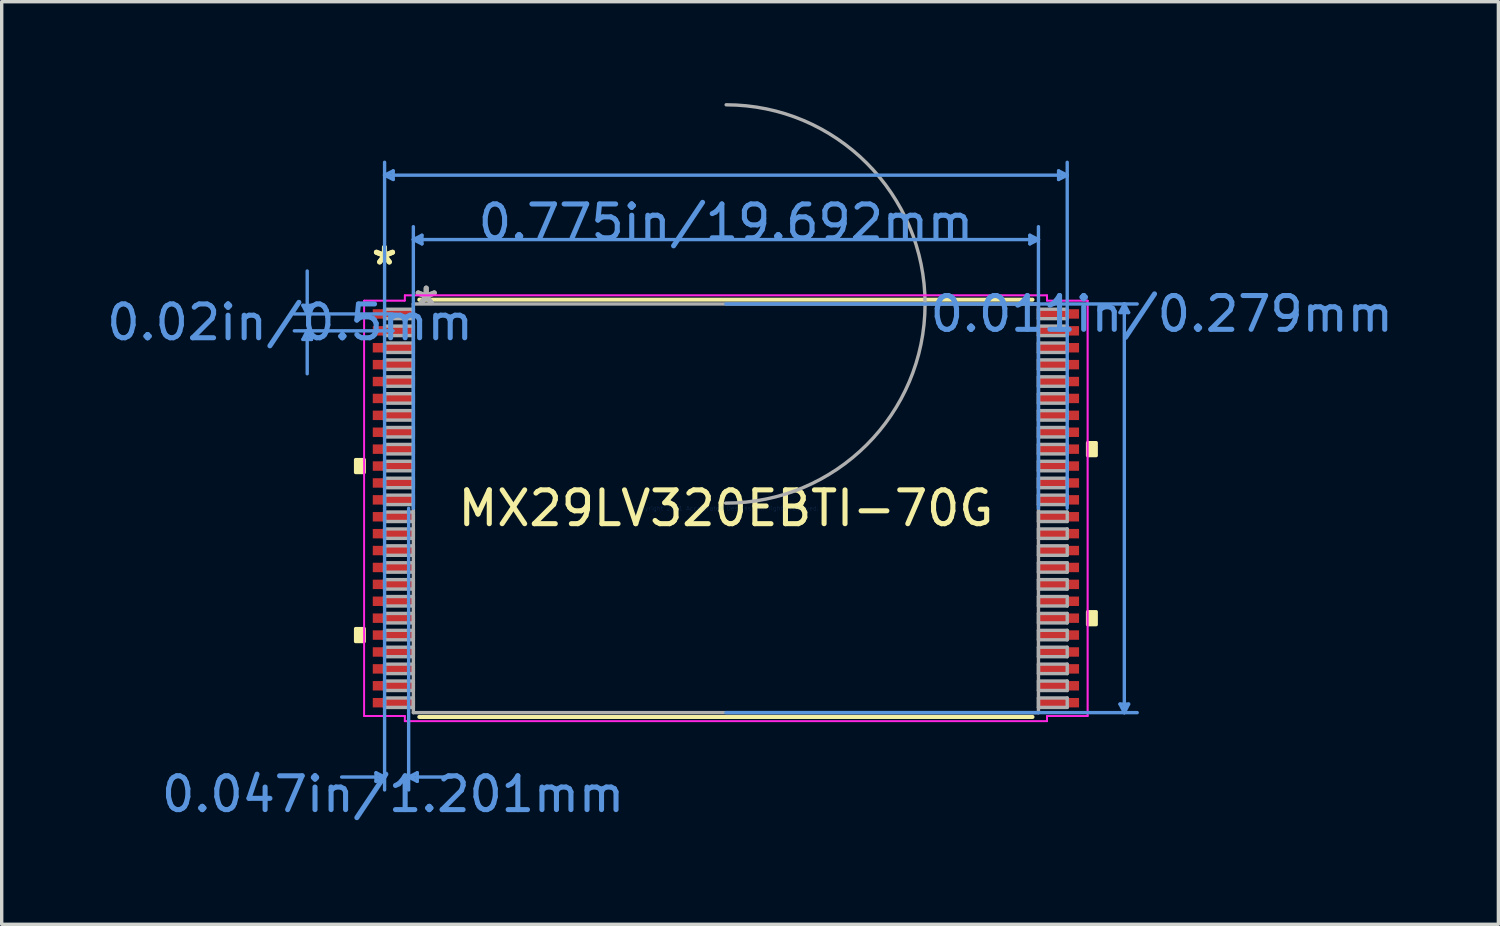
<source format=kicad_pcb>
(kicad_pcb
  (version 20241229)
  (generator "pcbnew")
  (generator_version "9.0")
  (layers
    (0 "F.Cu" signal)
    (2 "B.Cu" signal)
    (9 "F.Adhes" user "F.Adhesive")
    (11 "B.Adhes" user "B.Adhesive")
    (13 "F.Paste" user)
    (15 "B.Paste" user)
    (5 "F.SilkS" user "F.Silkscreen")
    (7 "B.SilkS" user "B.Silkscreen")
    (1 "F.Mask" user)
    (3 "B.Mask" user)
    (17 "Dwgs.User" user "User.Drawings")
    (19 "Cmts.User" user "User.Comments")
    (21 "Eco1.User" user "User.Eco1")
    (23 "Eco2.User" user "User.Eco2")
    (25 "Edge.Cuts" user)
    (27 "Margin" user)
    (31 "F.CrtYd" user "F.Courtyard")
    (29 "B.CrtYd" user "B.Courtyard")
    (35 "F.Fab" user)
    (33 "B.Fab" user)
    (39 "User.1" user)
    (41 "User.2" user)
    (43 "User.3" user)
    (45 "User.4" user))
  (footprint "MX29LV320EBTI-70G"
    (layer "F.Cu")
    (at 18.424 11.987)
    (property "Reference" "MX29LV320EBTI-70G" (at 0 0 0) (layer "F.SilkS") (effects (font (size 1 1) (thickness 0.15))))
    (attr through_hole)
    (fp_line (start -9.07 6.172) (end 9.07 6.172) (stroke (width 0.12) (type solid)) (layer "F.SilkS"))
    (fp_line (start 9.07 -6.172) (end -9.07 -6.172) (stroke (width 0.12) (type solid)) (layer "F.SilkS"))
    (fp_poly (pts (xy -10.954 -1.44) (xy -10.954 -1.06) (xy -10.7 -1.06) (xy -10.7 -1.44)) (stroke (width 0.1) (type solid)) (fill yes) (layer "F.SilkS"))
    (fp_poly (pts (xy -10.954 3.559) (xy -10.954 3.941) (xy -10.7 3.941) (xy -10.7 3.559)) (stroke (width 0.1) (type solid)) (fill yes) (layer "F.SilkS"))
    (fp_poly (pts (xy 10.954 -1.941) (xy 10.954 -1.56) (xy 10.7 -1.56) (xy 10.7 -1.941)) (stroke (width 0.1) (type solid)) (fill yes) (layer "F.SilkS"))
    (fp_poly (pts (xy 10.954 3.06) (xy 10.954 3.441) (xy 10.7 3.441) (xy 10.7 3.06)) (stroke (width 0.1) (type solid)) (fill yes) (layer "F.SilkS"))
    (fp_line (start -12.513 -6.004) (end -12.259 -6.004) (stroke (width 0.1) (type solid)) (layer "Cmts.User"))
    (fp_line (start -12.513 -4.996) (end -12.259 -4.996) (stroke (width 0.1) (type solid)) (layer "Cmts.User"))
    (fp_line (start -12.386 -5.75) (end -12.513 -6.004) (stroke (width 0.1) (type solid)) (layer "Cmts.User"))
    (fp_line (start -12.386 -5.75) (end -12.386 -7.02) (stroke (width 0.1) (type solid)) (layer "Cmts.User"))
    (fp_line (start -12.386 -5.75) (end -12.259 -6.004) (stroke (width 0.1) (type solid)) (layer "Cmts.User"))
    (fp_line (start -12.386 -5.25) (end -12.513 -4.996) (stroke (width 0.1) (type solid)) (layer "Cmts.User"))
    (fp_line (start -12.386 -5.25) (end -12.386 -3.98) (stroke (width 0.1) (type solid)) (layer "Cmts.User"))
    (fp_line (start -12.386 -5.25) (end -12.259 -4.996) (stroke (width 0.1) (type solid)) (layer "Cmts.User"))
    (fp_line (start -10.351 7.823) (end -10.351 8.077) (stroke (width 0.1) (type solid)) (layer "Cmts.User"))
    (fp_line (start -10.097 -9.855) (end -9.842 -9.982) (stroke (width 0.1) (type solid)) (layer "Cmts.User"))
    (fp_line (start -10.097 -9.855) (end -9.842 -9.728) (stroke (width 0.1) (type solid)) (layer "Cmts.User"))
    (fp_line (start -10.097 -9.855) (end 10.097 -9.855) (stroke (width 0.1) (type solid)) (layer "Cmts.User"))
    (fp_line (start -10.097 0) (end -10.097 -10.236) (stroke (width 0.1) (type solid)) (layer "Cmts.User"))
    (fp_line (start -10.097 0) (end -10.097 8.331) (stroke (width 0.1) (type solid)) (layer "Cmts.User"))
    (fp_line (start -10.097 7.95) (end -11.367 7.95) (stroke (width 0.1) (type solid)) (layer "Cmts.User"))
    (fp_line (start -10.097 7.95) (end -10.351 7.823) (stroke (width 0.1) (type solid)) (layer "Cmts.User"))
    (fp_line (start -10.097 7.95) (end -10.351 8.077) (stroke (width 0.1) (type solid)) (layer "Cmts.User"))
    (fp_line (start -9.846 -5.75) (end -12.767 -5.75) (stroke (width 0.1) (type solid)) (layer "Cmts.User"))
    (fp_line (start -9.846 -5.25) (end -12.767 -5.25) (stroke (width 0.1) (type solid)) (layer "Cmts.User"))
    (fp_line (start -9.842 -9.982) (end -9.842 -9.728) (stroke (width 0.1) (type solid)) (layer "Cmts.User"))
    (fp_line (start -9.385 0) (end -9.385 8.331) (stroke (width 0.1) (type solid)) (layer "Cmts.User"))
    (fp_line (start -9.385 7.95) (end -9.131 7.823) (stroke (width 0.1) (type solid)) (layer "Cmts.User"))
    (fp_line (start -9.385 7.95) (end -9.131 8.077) (stroke (width 0.1) (type solid)) (layer "Cmts.User"))
    (fp_line (start -9.385 7.95) (end -8.115 7.95) (stroke (width 0.1) (type solid)) (layer "Cmts.User"))
    (fp_line (start -9.246 -7.95) (end -8.992 -8.077) (stroke (width 0.1) (type solid)) (layer "Cmts.User"))
    (fp_line (start -9.246 -7.95) (end -8.992 -7.823) (stroke (width 0.1) (type solid)) (layer "Cmts.User"))
    (fp_line (start -9.246 -7.95) (end 9.246 -7.95) (stroke (width 0.1) (type solid)) (layer "Cmts.User"))
    (fp_line (start -9.246 0) (end -9.246 -8.331) (stroke (width 0.1) (type solid)) (layer "Cmts.User"))
    (fp_line (start -9.131 7.823) (end -9.131 8.077) (stroke (width 0.1) (type solid)) (layer "Cmts.User"))
    (fp_line (start -8.992 -8.077) (end -8.992 -7.823) (stroke (width 0.1) (type solid)) (layer "Cmts.User"))
    (fp_line (start 0 -6.045) (end 12.167 -6.045) (stroke (width 0.1) (type solid)) (layer "Cmts.User"))
    (fp_line (start 0 6.045) (end 12.167 6.045) (stroke (width 0.1) (type solid)) (layer "Cmts.User"))
    (fp_line (start 8.992 -8.077) (end 8.992 -7.823) (stroke (width 0.1) (type solid)) (layer "Cmts.User"))
    (fp_line (start 9.246 -7.95) (end 8.992 -8.077) (stroke (width 0.1) (type solid)) (layer "Cmts.User"))
    (fp_line (start 9.246 -7.95) (end 8.992 -7.823) (stroke (width 0.1) (type solid)) (layer "Cmts.User"))
    (fp_line (start 9.246 0) (end 9.246 -8.331) (stroke (width 0.1) (type solid)) (layer "Cmts.User"))
    (fp_line (start 9.842 -9.982) (end 9.842 -9.728) (stroke (width 0.1) (type solid)) (layer "Cmts.User"))
    (fp_line (start 10.097 -9.855) (end 9.842 -9.982) (stroke (width 0.1) (type solid)) (layer "Cmts.User"))
    (fp_line (start 10.097 -9.855) (end 9.842 -9.728) (stroke (width 0.1) (type solid)) (layer "Cmts.User"))
    (fp_line (start 10.097 0) (end 10.097 -10.236) (stroke (width 0.1) (type solid)) (layer "Cmts.User"))
    (fp_line (start 11.659 -5.791) (end 11.913 -5.791) (stroke (width 0.1) (type solid)) (layer "Cmts.User"))
    (fp_line (start 11.659 5.791) (end 11.913 5.791) (stroke (width 0.1) (type solid)) (layer "Cmts.User"))
    (fp_line (start 11.786 -6.045) (end 11.659 -5.791) (stroke (width 0.1) (type solid)) (layer "Cmts.User"))
    (fp_line (start 11.786 -6.045) (end 11.786 6.045) (stroke (width 0.1) (type solid)) (layer "Cmts.User"))
    (fp_line (start 11.786 -6.045) (end 11.913 -5.791) (stroke (width 0.1) (type solid)) (layer "Cmts.User"))
    (fp_line (start 11.786 6.045) (end 11.659 5.791) (stroke (width 0.1) (type solid)) (layer "Cmts.User"))
    (fp_line (start 11.786 6.045) (end 11.913 5.791) (stroke (width 0.1) (type solid)) (layer "Cmts.User"))
    (fp_line (start -10.7 -6.144) (end -9.5 -6.144) (stroke (width 0.05) (type solid)) (layer "F.CrtYd"))
    (fp_line (start -10.7 -6.144) (end -9.5 -6.144) (stroke (width 0.05) (type solid)) (layer "F.CrtYd"))
    (fp_line (start -10.7 6.144) (end -10.7 -6.144) (stroke (width 0.05) (type solid)) (layer "F.CrtYd"))
    (fp_line (start -10.7 6.144) (end -10.7 -6.144) (stroke (width 0.05) (type solid)) (layer "F.CrtYd"))
    (fp_line (start -10.7 6.144) (end -9.5 6.144) (stroke (width 0.05) (type solid)) (layer "F.CrtYd"))
    (fp_line (start -9.5 -6.299) (end 9.5 -6.299) (stroke (width 0.05) (type solid)) (layer "F.CrtYd"))
    (fp_line (start -9.5 -6.299) (end 9.5 -6.299) (stroke (width 0.05) (type solid)) (layer "F.CrtYd"))
    (fp_line (start -9.5 -6.144) (end -9.5 -6.299) (stroke (width 0.05) (type solid)) (layer "F.CrtYd"))
    (fp_line (start -9.5 -6.144) (end -9.5 -6.299) (stroke (width 0.05) (type solid)) (layer "F.CrtYd"))
    (fp_line (start -9.5 6.144) (end -10.7 6.144) (stroke (width 0.05) (type solid)) (layer "F.CrtYd"))
    (fp_line (start -9.5 6.299) (end -9.5 6.144) (stroke (width 0.05) (type solid)) (layer "F.CrtYd"))
    (fp_line (start -9.5 6.299) (end -9.5 6.144) (stroke (width 0.05) (type solid)) (layer "F.CrtYd"))
    (fp_line (start 9.5 -6.299) (end 9.5 -6.144) (stroke (width 0.05) (type solid)) (layer "F.CrtYd"))
    (fp_line (start 9.5 -6.299) (end 9.5 -6.144) (stroke (width 0.05) (type solid)) (layer "F.CrtYd"))
    (fp_line (start 9.5 -6.144) (end 10.7 -6.144) (stroke (width 0.05) (type solid)) (layer "F.CrtYd"))
    (fp_line (start 9.5 6.144) (end 9.5 6.299) (stroke (width 0.05) (type solid)) (layer "F.CrtYd"))
    (fp_line (start 9.5 6.144) (end 9.5 6.299) (stroke (width 0.05) (type solid)) (layer "F.CrtYd"))
    (fp_line (start 9.5 6.299) (end -9.5 6.299) (stroke (width 0.05) (type solid)) (layer "F.CrtYd"))
    (fp_line (start 9.5 6.299) (end -9.5 6.299) (stroke (width 0.05) (type solid)) (layer "F.CrtYd"))
    (fp_line (start 10.7 -6.144) (end 9.5 -6.144) (stroke (width 0.05) (type solid)) (layer "F.CrtYd"))
    (fp_line (start 10.7 -6.144) (end 10.7 6.144) (stroke (width 0.05) (type solid)) (layer "F.CrtYd"))
    (fp_line (start 10.7 -6.144) (end 10.7 6.144) (stroke (width 0.05) (type solid)) (layer "F.CrtYd"))
    (fp_line (start 10.7 6.144) (end 9.5 6.144) (stroke (width 0.05) (type solid)) (layer "F.CrtYd"))
    (fp_line (start 10.7 6.144) (end 9.5 6.144) (stroke (width 0.05) (type solid)) (layer "F.CrtYd"))
    (fp_line (start -10.097 -5.89) (end -10.097 -5.61) (stroke (width 0.1) (type solid)) (layer "F.Fab"))
    (fp_line (start -10.097 -5.61) (end -9.246 -5.61) (stroke (width 0.1) (type solid)) (layer "F.Fab"))
    (fp_line (start -10.097 -5.39) (end -10.097 -5.11) (stroke (width 0.1) (type solid)) (layer "F.Fab"))
    (fp_line (start -10.097 -5.11) (end -9.246 -5.11) (stroke (width 0.1) (type solid)) (layer "F.Fab"))
    (fp_line (start -10.097 -4.89) (end -10.097 -4.61) (stroke (width 0.1) (type solid)) (layer "F.Fab"))
    (fp_line (start -10.097 -4.61) (end -9.246 -4.61) (stroke (width 0.1) (type solid)) (layer "F.Fab"))
    (fp_line (start -10.097 -4.39) (end -10.097 -4.11) (stroke (width 0.1) (type solid)) (layer "F.Fab"))
    (fp_line (start -10.097 -4.11) (end -9.246 -4.11) (stroke (width 0.1) (type solid)) (layer "F.Fab"))
    (fp_line (start -10.097 -3.89) (end -10.097 -3.61) (stroke (width 0.1) (type solid)) (layer "F.Fab"))
    (fp_line (start -10.097 -3.61) (end -9.246 -3.61) (stroke (width 0.1) (type solid)) (layer "F.Fab"))
    (fp_line (start -10.097 -3.39) (end -10.097 -3.11) (stroke (width 0.1) (type solid)) (layer "F.Fab"))
    (fp_line (start -10.097 -3.11) (end -9.246 -3.11) (stroke (width 0.1) (type solid)) (layer "F.Fab"))
    (fp_line (start -10.097 -2.89) (end -10.097 -2.61) (stroke (width 0.1) (type solid)) (layer "F.Fab"))
    (fp_line (start -10.097 -2.61) (end -9.246 -2.61) (stroke (width 0.1) (type solid)) (layer "F.Fab"))
    (fp_line (start -10.097 -2.39) (end -10.097 -2.11) (stroke (width 0.1) (type solid)) (layer "F.Fab"))
    (fp_line (start -10.097 -2.11) (end -9.246 -2.11) (stroke (width 0.1) (type solid)) (layer "F.Fab"))
    (fp_line (start -10.097 -1.89) (end -10.097 -1.61) (stroke (width 0.1) (type solid)) (layer "F.Fab"))
    (fp_line (start -10.097 -1.61) (end -9.246 -1.61) (stroke (width 0.1) (type solid)) (layer "F.Fab"))
    (fp_line (start -10.097 -1.39) (end -10.097 -1.11) (stroke (width 0.1) (type solid)) (layer "F.Fab"))
    (fp_line (start -10.097 -1.11) (end -9.246 -1.11) (stroke (width 0.1) (type solid)) (layer "F.Fab"))
    (fp_line (start -10.097 -0.89) (end -10.097 -0.61) (stroke (width 0.1) (type solid)) (layer "F.Fab"))
    (fp_line (start -10.097 -0.61) (end -9.246 -0.61) (stroke (width 0.1) (type solid)) (layer "F.Fab"))
    (fp_line (start -10.097 -0.39) (end -10.097 -0.11) (stroke (width 0.1) (type solid)) (layer "F.Fab"))
    (fp_line (start -10.097 -0.11) (end -9.246 -0.11) (stroke (width 0.1) (type solid)) (layer "F.Fab"))
    (fp_line (start -10.097 0.11) (end -10.097 0.39) (stroke (width 0.1) (type solid)) (layer "F.Fab"))
    (fp_line (start -10.097 0.39) (end -9.246 0.39) (stroke (width 0.1) (type solid)) (layer "F.Fab"))
    (fp_line (start -10.097 0.61) (end -10.097 0.89) (stroke (width 0.1) (type solid)) (layer "F.Fab"))
    (fp_line (start -10.097 0.89) (end -9.246 0.89) (stroke (width 0.1) (type solid)) (layer "F.Fab"))
    (fp_line (start -10.097 1.11) (end -10.097 1.39) (stroke (width 0.1) (type solid)) (layer "F.Fab"))
    (fp_line (start -10.097 1.39) (end -9.246 1.39) (stroke (width 0.1) (type solid)) (layer "F.Fab"))
    (fp_line (start -10.097 1.61) (end -10.097 1.89) (stroke (width 0.1) (type solid)) (layer "F.Fab"))
    (fp_line (start -10.097 1.89) (end -9.246 1.89) (stroke (width 0.1) (type solid)) (layer "F.Fab"))
    (fp_line (start -10.097 2.11) (end -10.097 2.39) (stroke (width 0.1) (type solid)) (layer "F.Fab"))
    (fp_line (start -10.097 2.39) (end -9.246 2.39) (stroke (width 0.1) (type solid)) (layer "F.Fab"))
    (fp_line (start -10.097 2.61) (end -10.097 2.89) (stroke (width 0.1) (type solid)) (layer "F.Fab"))
    (fp_line (start -10.097 2.89) (end -9.246 2.89) (stroke (width 0.1) (type solid)) (layer "F.Fab"))
    (fp_line (start -10.097 3.11) (end -10.097 3.39) (stroke (width 0.1) (type solid)) (layer "F.Fab"))
    (fp_line (start -10.097 3.39) (end -9.246 3.39) (stroke (width 0.1) (type solid)) (layer "F.Fab"))
    (fp_line (start -10.097 3.61) (end -10.097 3.89) (stroke (width 0.1) (type solid)) (layer "F.Fab"))
    (fp_line (start -10.097 3.89) (end -9.246 3.89) (stroke (width 0.1) (type solid)) (layer "F.Fab"))
    (fp_line (start -10.097 4.11) (end -10.097 4.39) (stroke (width 0.1) (type solid)) (layer "F.Fab"))
    (fp_line (start -10.097 4.39) (end -9.246 4.39) (stroke (width 0.1) (type solid)) (layer "F.Fab"))
    (fp_line (start -10.097 4.61) (end -10.097 4.89) (stroke (width 0.1) (type solid)) (layer "F.Fab"))
    (fp_line (start -10.097 4.89) (end -9.246 4.89) (stroke (width 0.1) (type solid)) (layer "F.Fab"))
    (fp_line (start -10.097 5.11) (end -10.097 5.39) (stroke (width 0.1) (type solid)) (layer "F.Fab"))
    (fp_line (start -10.097 5.39) (end -9.246 5.39) (stroke (width 0.1) (type solid)) (layer "F.Fab"))
    (fp_line (start -10.097 5.61) (end -10.097 5.89) (stroke (width 0.1) (type solid)) (layer "F.Fab"))
    (fp_line (start -10.097 5.89) (end -9.246 5.89) (stroke (width 0.1) (type solid)) (layer "F.Fab"))
    (fp_line (start -9.246 -6.045) (end -9.246 6.045) (stroke (width 0.1) (type solid)) (layer "F.Fab"))
    (fp_line (start -9.246 -5.89) (end -10.097 -5.89) (stroke (width 0.1) (type solid)) (layer "F.Fab"))
    (fp_line (start -9.246 -5.61) (end -9.246 -5.89) (stroke (width 0.1) (type solid)) (layer "F.Fab"))
    (fp_line (start -9.246 -5.39) (end -10.097 -5.39) (stroke (width 0.1) (type solid)) (layer "F.Fab"))
    (fp_line (start -9.246 -5.11) (end -9.246 -5.39) (stroke (width 0.1) (type solid)) (layer "F.Fab"))
    (fp_line (start -9.246 -4.89) (end -10.097 -4.89) (stroke (width 0.1) (type solid)) (layer "F.Fab"))
    (fp_line (start -9.246 -4.61) (end -9.246 -4.89) (stroke (width 0.1) (type solid)) (layer "F.Fab"))
    (fp_line (start -9.246 -4.39) (end -10.097 -4.39) (stroke (width 0.1) (type solid)) (layer "F.Fab"))
    (fp_line (start -9.246 -4.11) (end -9.246 -4.39) (stroke (width 0.1) (type solid)) (layer "F.Fab"))
    (fp_line (start -9.246 -3.89) (end -10.097 -3.89) (stroke (width 0.1) (type solid)) (layer "F.Fab"))
    (fp_line (start -9.246 -3.61) (end -9.246 -3.89) (stroke (width 0.1) (type solid)) (layer "F.Fab"))
    (fp_line (start -9.246 -3.39) (end -10.097 -3.39) (stroke (width 0.1) (type solid)) (layer "F.Fab"))
    (fp_line (start -9.246 -3.11) (end -9.246 -3.39) (stroke (width 0.1) (type solid)) (layer "F.Fab"))
    (fp_line (start -9.246 -2.89) (end -10.097 -2.89) (stroke (width 0.1) (type solid)) (layer "F.Fab"))
    (fp_line (start -9.246 -2.61) (end -9.246 -2.89) (stroke (width 0.1) (type solid)) (layer "F.Fab"))
    (fp_line (start -9.246 -2.39) (end -10.097 -2.39) (stroke (width 0.1) (type solid)) (layer "F.Fab"))
    (fp_line (start -9.246 -2.11) (end -9.246 -2.39) (stroke (width 0.1) (type solid)) (layer "F.Fab"))
    (fp_line (start -9.246 -1.89) (end -10.097 -1.89) (stroke (width 0.1) (type solid)) (layer "F.Fab"))
    (fp_line (start -9.246 -1.61) (end -9.246 -1.89) (stroke (width 0.1) (type solid)) (layer "F.Fab"))
    (fp_line (start -9.246 -1.39) (end -10.097 -1.39) (stroke (width 0.1) (type solid)) (layer "F.Fab"))
    (fp_line (start -9.246 -1.11) (end -9.246 -1.39) (stroke (width 0.1) (type solid)) (layer "F.Fab"))
    (fp_line (start -9.246 -0.89) (end -10.097 -0.89) (stroke (width 0.1) (type solid)) (layer "F.Fab"))
    (fp_line (start -9.246 -0.61) (end -9.246 -0.89) (stroke (width 0.1) (type solid)) (layer "F.Fab"))
    (fp_line (start -9.246 -0.39) (end -10.097 -0.39) (stroke (width 0.1) (type solid)) (layer "F.Fab"))
    (fp_line (start -9.246 -0.11) (end -9.246 -0.39) (stroke (width 0.1) (type solid)) (layer "F.Fab"))
    (fp_line (start -9.246 0.11) (end -10.097 0.11) (stroke (width 0.1) (type solid)) (layer "F.Fab"))
    (fp_line (start -9.246 0.39) (end -9.246 0.11) (stroke (width 0.1) (type solid)) (layer "F.Fab"))
    (fp_line (start -9.246 0.61) (end -10.097 0.61) (stroke (width 0.1) (type solid)) (layer "F.Fab"))
    (fp_line (start -9.246 0.89) (end -9.246 0.61) (stroke (width 0.1) (type solid)) (layer "F.Fab"))
    (fp_line (start -9.246 1.11) (end -10.097 1.11) (stroke (width 0.1) (type solid)) (layer "F.Fab"))
    (fp_line (start -9.246 1.39) (end -9.246 1.11) (stroke (width 0.1) (type solid)) (layer "F.Fab"))
    (fp_line (start -9.246 1.61) (end -10.097 1.61) (stroke (width 0.1) (type solid)) (layer "F.Fab"))
    (fp_line (start -9.246 1.89) (end -9.246 1.61) (stroke (width 0.1) (type solid)) (layer "F.Fab"))
    (fp_line (start -9.246 2.11) (end -10.097 2.11) (stroke (width 0.1) (type solid)) (layer "F.Fab"))
    (fp_line (start -9.246 2.39) (end -9.246 2.11) (stroke (width 0.1) (type solid)) (layer "F.Fab"))
    (fp_line (start -9.246 2.61) (end -10.097 2.61) (stroke (width 0.1) (type solid)) (layer "F.Fab"))
    (fp_line (start -9.246 2.89) (end -9.246 2.61) (stroke (width 0.1) (type solid)) (layer "F.Fab"))
    (fp_line (start -9.246 3.11) (end -10.097 3.11) (stroke (width 0.1) (type solid)) (layer "F.Fab"))
    (fp_line (start -9.246 3.39) (end -9.246 3.11) (stroke (width 0.1) (type solid)) (layer "F.Fab"))
    (fp_line (start -9.246 3.61) (end -10.097 3.61) (stroke (width 0.1) (type solid)) (layer "F.Fab"))
    (fp_line (start -9.246 3.89) (end -9.246 3.61) (stroke (width 0.1) (type solid)) (layer "F.Fab"))
    (fp_line (start -9.246 4.11) (end -10.097 4.11) (stroke (width 0.1) (type solid)) (layer "F.Fab"))
    (fp_line (start -9.246 4.39) (end -9.246 4.11) (stroke (width 0.1) (type solid)) (layer "F.Fab"))
    (fp_line (start -9.246 4.61) (end -10.097 4.61) (stroke (width 0.1) (type solid)) (layer "F.Fab"))
    (fp_line (start -9.246 4.89) (end -9.246 4.61) (stroke (width 0.1) (type solid)) (layer "F.Fab"))
    (fp_line (start -9.246 5.11) (end -10.097 5.11) (stroke (width 0.1) (type solid)) (layer "F.Fab"))
    (fp_line (start -9.246 5.39) (end -9.246 5.11) (stroke (width 0.1) (type solid)) (layer "F.Fab"))
    (fp_line (start -9.246 5.61) (end -10.097 5.61) (stroke (width 0.1) (type solid)) (layer "F.Fab"))
    (fp_line (start -9.246 5.89) (end -9.246 5.61) (stroke (width 0.1) (type solid)) (layer "F.Fab"))
    (fp_line (start -9.246 6.045) (end 9.246 6.045) (stroke (width 0.1) (type solid)) (layer "F.Fab"))
    (fp_line (start 9.246 -6.045) (end -9.246 -6.045) (stroke (width 0.1) (type solid)) (layer "F.Fab"))
    (fp_line (start 9.246 -5.89) (end 9.246 -5.61) (stroke (width 0.1) (type solid)) (layer "F.Fab"))
    (fp_line (start 9.246 -5.61) (end 10.097 -5.61) (stroke (width 0.1) (type solid)) (layer "F.Fab"))
    (fp_line (start 9.246 -5.39) (end 9.246 -5.11) (stroke (width 0.1) (type solid)) (layer "F.Fab"))
    (fp_line (start 9.246 -5.11) (end 10.097 -5.11) (stroke (width 0.1) (type solid)) (layer "F.Fab"))
    (fp_line (start 9.246 -4.89) (end 9.246 -4.61) (stroke (width 0.1) (type solid)) (layer "F.Fab"))
    (fp_line (start 9.246 -4.61) (end 10.097 -4.61) (stroke (width 0.1) (type solid)) (layer "F.Fab"))
    (fp_line (start 9.246 -4.39) (end 9.246 -4.11) (stroke (width 0.1) (type solid)) (layer "F.Fab"))
    (fp_line (start 9.246 -4.11) (end 10.097 -4.11) (stroke (width 0.1) (type solid)) (layer "F.Fab"))
    (fp_line (start 9.246 -3.89) (end 9.246 -3.61) (stroke (width 0.1) (type solid)) (layer "F.Fab"))
    (fp_line (start 9.246 -3.61) (end 10.097 -3.61) (stroke (width 0.1) (type solid)) (layer "F.Fab"))
    (fp_line (start 9.246 -3.39) (end 9.246 -3.11) (stroke (width 0.1) (type solid)) (layer "F.Fab"))
    (fp_line (start 9.246 -3.11) (end 10.097 -3.11) (stroke (width 0.1) (type solid)) (layer "F.Fab"))
    (fp_line (start 9.246 -2.89) (end 9.246 -2.61) (stroke (width 0.1) (type solid)) (layer "F.Fab"))
    (fp_line (start 9.246 -2.61) (end 10.097 -2.61) (stroke (width 0.1) (type solid)) (layer "F.Fab"))
    (fp_line (start 9.246 -2.39) (end 9.246 -2.11) (stroke (width 0.1) (type solid)) (layer "F.Fab"))
    (fp_line (start 9.246 -2.11) (end 10.097 -2.11) (stroke (width 0.1) (type solid)) (layer "F.Fab"))
    (fp_line (start 9.246 -1.89) (end 9.246 -1.61) (stroke (width 0.1) (type solid)) (layer "F.Fab"))
    (fp_line (start 9.246 -1.61) (end 10.097 -1.61) (stroke (width 0.1) (type solid)) (layer "F.Fab"))
    (fp_line (start 9.246 -1.39) (end 9.246 -1.11) (stroke (width 0.1) (type solid)) (layer "F.Fab"))
    (fp_line (start 9.246 -1.11) (end 10.097 -1.11) (stroke (width 0.1) (type solid)) (layer "F.Fab"))
    (fp_line (start 9.246 -0.89) (end 9.246 -0.61) (stroke (width 0.1) (type solid)) (layer "F.Fab"))
    (fp_line (start 9.246 -0.61) (end 10.097 -0.61) (stroke (width 0.1) (type solid)) (layer "F.Fab"))
    (fp_line (start 9.246 -0.39) (end 9.246 -0.11) (stroke (width 0.1) (type solid)) (layer "F.Fab"))
    (fp_line (start 9.246 -0.11) (end 10.097 -0.11) (stroke (width 0.1) (type solid)) (layer "F.Fab"))
    (fp_line (start 9.246 0.11) (end 9.246 0.39) (stroke (width 0.1) (type solid)) (layer "F.Fab"))
    (fp_line (start 9.246 0.39) (end 10.097 0.39) (stroke (width 0.1) (type solid)) (layer "F.Fab"))
    (fp_line (start 9.246 0.61) (end 9.246 0.89) (stroke (width 0.1) (type solid)) (layer "F.Fab"))
    (fp_line (start 9.246 0.89) (end 10.097 0.89) (stroke (width 0.1) (type solid)) (layer "F.Fab"))
    (fp_line (start 9.246 1.11) (end 9.246 1.39) (stroke (width 0.1) (type solid)) (layer "F.Fab"))
    (fp_line (start 9.246 1.39) (end 10.097 1.39) (stroke (width 0.1) (type solid)) (layer "F.Fab"))
    (fp_line (start 9.246 1.61) (end 9.246 1.89) (stroke (width 0.1) (type solid)) (layer "F.Fab"))
    (fp_line (start 9.246 1.89) (end 10.097 1.89) (stroke (width 0.1) (type solid)) (layer "F.Fab"))
    (fp_line (start 9.246 2.11) (end 9.246 2.39) (stroke (width 0.1) (type solid)) (layer "F.Fab"))
    (fp_line (start 9.246 2.39) (end 10.097 2.39) (stroke (width 0.1) (type solid)) (layer "F.Fab"))
    (fp_line (start 9.246 2.61) (end 9.246 2.89) (stroke (width 0.1) (type solid)) (layer "F.Fab"))
    (fp_line (start 9.246 2.89) (end 10.097 2.89) (stroke (width 0.1) (type solid)) (layer "F.Fab"))
    (fp_line (start 9.246 3.11) (end 9.246 3.39) (stroke (width 0.1) (type solid)) (layer "F.Fab"))
    (fp_line (start 9.246 3.39) (end 10.097 3.39) (stroke (width 0.1) (type solid)) (layer "F.Fab"))
    (fp_line (start 9.246 3.61) (end 9.246 3.89) (stroke (width 0.1) (type solid)) (layer "F.Fab"))
    (fp_line (start 9.246 3.89) (end 10.097 3.89) (stroke (width 0.1) (type solid)) (layer "F.Fab"))
    (fp_line (start 9.246 4.11) (end 9.246 4.39) (stroke (width 0.1) (type solid)) (layer "F.Fab"))
    (fp_line (start 9.246 4.39) (end 10.097 4.39) (stroke (width 0.1) (type solid)) (layer "F.Fab"))
    (fp_line (start 9.246 4.61) (end 9.246 4.89) (stroke (width 0.1) (type solid)) (layer "F.Fab"))
    (fp_line (start 9.246 4.89) (end 10.097 4.89) (stroke (width 0.1) (type solid)) (layer "F.Fab"))
    (fp_line (start 9.246 5.11) (end 9.246 5.39) (stroke (width 0.1) (type solid)) (layer "F.Fab"))
    (fp_line (start 9.246 5.39) (end 10.097 5.39) (stroke (width 0.1) (type solid)) (layer "F.Fab"))
    (fp_line (start 9.246 5.61) (end 9.246 5.89) (stroke (width 0.1) (type solid)) (layer "F.Fab"))
    (fp_line (start 9.246 5.89) (end 10.097 5.89) (stroke (width 0.1) (type solid)) (layer "F.Fab"))
    (fp_line (start 9.246 6.045) (end 9.246 -6.045) (stroke (width 0.1) (type solid)) (layer "F.Fab"))
    (fp_line (start 10.097 -5.89) (end 9.246 -5.89) (stroke (width 0.1) (type solid)) (layer "F.Fab"))
    (fp_line (start 10.097 -5.61) (end 10.097 -5.89) (stroke (width 0.1) (type solid)) (layer "F.Fab"))
    (fp_line (start 10.097 -5.39) (end 9.246 -5.39) (stroke (width 0.1) (type solid)) (layer "F.Fab"))
    (fp_line (start 10.097 -5.11) (end 10.097 -5.39) (stroke (width 0.1) (type solid)) (layer "F.Fab"))
    (fp_line (start 10.097 -4.89) (end 9.246 -4.89) (stroke (width 0.1) (type solid)) (layer "F.Fab"))
    (fp_line (start 10.097 -4.61) (end 10.097 -4.89) (stroke (width 0.1) (type solid)) (layer "F.Fab"))
    (fp_line (start 10.097 -4.39) (end 9.246 -4.39) (stroke (width 0.1) (type solid)) (layer "F.Fab"))
    (fp_line (start 10.097 -4.11) (end 10.097 -4.39) (stroke (width 0.1) (type solid)) (layer "F.Fab"))
    (fp_line (start 10.097 -3.89) (end 9.246 -3.89) (stroke (width 0.1) (type solid)) (layer "F.Fab"))
    (fp_line (start 10.097 -3.61) (end 10.097 -3.89) (stroke (width 0.1) (type solid)) (layer "F.Fab"))
    (fp_line (start 10.097 -3.39) (end 9.246 -3.39) (stroke (width 0.1) (type solid)) (layer "F.Fab"))
    (fp_line (start 10.097 -3.11) (end 10.097 -3.39) (stroke (width 0.1) (type solid)) (layer "F.Fab"))
    (fp_line (start 10.097 -2.89) (end 9.246 -2.89) (stroke (width 0.1) (type solid)) (layer "F.Fab"))
    (fp_line (start 10.097 -2.61) (end 10.097 -2.89) (stroke (width 0.1) (type solid)) (layer "F.Fab"))
    (fp_line (start 10.097 -2.39) (end 9.246 -2.39) (stroke (width 0.1) (type solid)) (layer "F.Fab"))
    (fp_line (start 10.097 -2.11) (end 10.097 -2.39) (stroke (width 0.1) (type solid)) (layer "F.Fab"))
    (fp_line (start 10.097 -1.89) (end 9.246 -1.89) (stroke (width 0.1) (type solid)) (layer "F.Fab"))
    (fp_line (start 10.097 -1.61) (end 10.097 -1.89) (stroke (width 0.1) (type solid)) (layer "F.Fab"))
    (fp_line (start 10.097 -1.39) (end 9.246 -1.39) (stroke (width 0.1) (type solid)) (layer "F.Fab"))
    (fp_line (start 10.097 -1.11) (end 10.097 -1.39) (stroke (width 0.1) (type solid)) (layer "F.Fab"))
    (fp_line (start 10.097 -0.89) (end 9.246 -0.89) (stroke (width 0.1) (type solid)) (layer "F.Fab"))
    (fp_line (start 10.097 -0.61) (end 10.097 -0.89) (stroke (width 0.1) (type solid)) (layer "F.Fab"))
    (fp_line (start 10.097 -0.39) (end 9.246 -0.39) (stroke (width 0.1) (type solid)) (layer "F.Fab"))
    (fp_line (start 10.097 -0.11) (end 10.097 -0.39) (stroke (width 0.1) (type solid)) (layer "F.Fab"))
    (fp_line (start 10.097 0.11) (end 9.246 0.11) (stroke (width 0.1) (type solid)) (layer "F.Fab"))
    (fp_line (start 10.097 0.39) (end 10.097 0.11) (stroke (width 0.1) (type solid)) (layer "F.Fab"))
    (fp_line (start 10.097 0.61) (end 9.246 0.61) (stroke (width 0.1) (type solid)) (layer "F.Fab"))
    (fp_line (start 10.097 0.89) (end 10.097 0.61) (stroke (width 0.1) (type solid)) (layer "F.Fab"))
    (fp_line (start 10.097 1.11) (end 9.246 1.11) (stroke (width 0.1) (type solid)) (layer "F.Fab"))
    (fp_line (start 10.097 1.39) (end 10.097 1.11) (stroke (width 0.1) (type solid)) (layer "F.Fab"))
    (fp_line (start 10.097 1.61) (end 9.246 1.61) (stroke (width 0.1) (type solid)) (layer "F.Fab"))
    (fp_line (start 10.097 1.89) (end 10.097 1.61) (stroke (width 0.1) (type solid)) (layer "F.Fab"))
    (fp_line (start 10.097 2.11) (end 9.246 2.11) (stroke (width 0.1) (type solid)) (layer "F.Fab"))
    (fp_line (start 10.097 2.39) (end 10.097 2.11) (stroke (width 0.1) (type solid)) (layer "F.Fab"))
    (fp_line (start 10.097 2.61) (end 9.246 2.61) (stroke (width 0.1) (type solid)) (layer "F.Fab"))
    (fp_line (start 10.097 2.89) (end 10.097 2.61) (stroke (width 0.1) (type solid)) (layer "F.Fab"))
    (fp_line (start 10.097 3.11) (end 9.246 3.11) (stroke (width 0.1) (type solid)) (layer "F.Fab"))
    (fp_line (start 10.097 3.39) (end 10.097 3.11) (stroke (width 0.1) (type solid)) (layer "F.Fab"))
    (fp_line (start 10.097 3.61) (end 9.246 3.61) (stroke (width 0.1) (type solid)) (layer "F.Fab"))
    (fp_line (start 10.097 3.89) (end 10.097 3.61) (stroke (width 0.1) (type solid)) (layer "F.Fab"))
    (fp_line (start 10.097 4.11) (end 9.246 4.11) (stroke (width 0.1) (type solid)) (layer "F.Fab"))
    (fp_line (start 10.097 4.39) (end 10.097 4.11) (stroke (width 0.1) (type solid)) (layer "F.Fab"))
    (fp_line (start 10.097 4.61) (end 9.246 4.61) (stroke (width 0.1) (type solid)) (layer "F.Fab"))
    (fp_line (start 10.097 4.89) (end 10.097 4.61) (stroke (width 0.1) (type solid)) (layer "F.Fab"))
    (fp_line (start 10.097 5.11) (end 9.246 5.11) (stroke (width 0.1) (type solid)) (layer "F.Fab"))
    (fp_line (start 10.097 5.39) (end 10.097 5.11) (stroke (width 0.1) (type solid)) (layer "F.Fab"))
    (fp_line (start 10.097 5.61) (end 9.246 5.61) (stroke (width 0.1) (type solid)) (layer "F.Fab"))
    (fp_line (start 10.097 5.89) (end 10.097 5.61) (stroke (width 0.1) (type solid)) (layer "F.Fab"))
    (fp_arc (start 0.007742 -11.936852) (mid 5.891652 -6.037458) (end -0.007742 -0.153548) (stroke (width 0.1) (type solid)) (layer "F.Fab"))
    (fp_text user "*" (at -10.1 -7.172 0) (layer "F.SilkS") (effects (font (size 1 1) (thickness 0.15))))
    (fp_text user "*" (at -10.1 -7.172 0) (layer "F.SilkS") (effects (font (size 1 1) (thickness 0.15))))
    (fp_text user "0.775in/19.692mm" (at 0 -8.458 0) (layer "Cmts.User") (effects (font (size 1 1) (thickness 0.15))))
    (fp_text user "0.02in/0.5mm" (at -12.894 -5.5 0) (layer "Cmts.User") (effects (font (size 1 1) (thickness 0.15))))
    (fp_text user "0.047in/1.201mm" (at -9.846 8.458 0) (layer "Cmts.User") (effects (font (size 1 1) (thickness 0.15))))
    (fp_text user "Copyright 2021 Accelerated Designs. All rights reserved." (at 0 0 0) (layer "Cmts.User") (effects (font (size 0.127 0.127) (thickness 0.002))))
    (fp_text user "0.011in/0.279mm" (at 12.894 -5.75 0) (layer "Cmts.User") (effects (font (size 1 1) (thickness 0.15))))
    (fp_text user "*" (at -8.865 -5.969 0) (layer "F.Fab") (effects (font (size 1 1) (thickness 0.15))))
    (fp_text user "*" (at -8.865 -5.969 0) (layer "F.Fab") (effects (font (size 1 1) (thickness 0.15))))
    (pad "1" smd rect (at -9.846 -5.75) (size 1.201 0.279) (layers "F.Cu" "F.Mask" "F.Paste"))
    (pad "2" smd rect (at -9.846 -5.25) (size 1.201 0.279) (layers "F.Cu" "F.Mask" "F.Paste"))
    (pad "3" smd rect (at -9.846 -4.75) (size 1.201 0.279) (layers "F.Cu" "F.Mask" "F.Paste"))
    (pad "4" smd rect (at -9.846 -4.25) (size 1.201 0.279) (layers "F.Cu" "F.Mask" "F.Paste"))
    (pad "5" smd rect (at -9.846 -3.75) (size 1.201 0.279) (layers "F.Cu" "F.Mask" "F.Paste"))
    (pad "6" smd rect (at -9.846 -3.25) (size 1.201 0.279) (layers "F.Cu" "F.Mask" "F.Paste"))
    (pad "7" smd rect (at -9.846 -2.75) (size 1.201 0.279) (layers "F.Cu" "F.Mask" "F.Paste"))
    (pad "8" smd rect (at -9.846 -2.25) (size 1.201 0.279) (layers "F.Cu" "F.Mask" "F.Paste"))
    (pad "9" smd rect (at -9.846 -1.75) (size 1.201 0.279) (layers "F.Cu" "F.Mask" "F.Paste"))
    (pad "10" smd rect (at -9.846 -1.25) (size 1.201 0.279) (layers "F.Cu" "F.Mask" "F.Paste"))
    (pad "11" smd rect (at -9.846 -0.75) (size 1.201 0.279) (layers "F.Cu" "F.Mask" "F.Paste"))
    (pad "12" smd rect (at -9.846 -0.25) (size 1.201 0.279) (layers "F.Cu" "F.Mask" "F.Paste"))
    (pad "13" smd rect (at -9.846 0.25) (size 1.201 0.279) (layers "F.Cu" "F.Mask" "F.Paste"))
    (pad "14" smd rect (at -9.846 0.75) (size 1.201 0.279) (layers "F.Cu" "F.Mask" "F.Paste"))
    (pad "15" smd rect (at -9.846 1.25) (size 1.201 0.279) (layers "F.Cu" "F.Mask" "F.Paste"))
    (pad "16" smd rect (at -9.846 1.75) (size 1.201 0.279) (layers "F.Cu" "F.Mask" "F.Paste"))
    (pad "17" smd rect (at -9.846 2.25) (size 1.201 0.279) (layers "F.Cu" "F.Mask" "F.Paste"))
    (pad "18" smd rect (at -9.846 2.75) (size 1.201 0.279) (layers "F.Cu" "F.Mask" "F.Paste"))
    (pad "19" smd rect (at -9.846 3.25) (size 1.201 0.279) (layers "F.Cu" "F.Mask" "F.Paste"))
    (pad "20" smd rect (at -9.846 3.75) (size 1.201 0.279) (layers "F.Cu" "F.Mask" "F.Paste"))
    (pad "21" smd rect (at -9.846 4.25) (size 1.201 0.279) (layers "F.Cu" "F.Mask" "F.Paste"))
    (pad "22" smd rect (at -9.846 4.75) (size 1.201 0.279) (layers "F.Cu" "F.Mask" "F.Paste"))
    (pad "23" smd rect (at -9.846 5.25) (size 1.201 0.279) (layers "F.Cu" "F.Mask" "F.Paste"))
    (pad "24" smd rect (at -9.846 5.75) (size 1.201 0.279) (layers "F.Cu" "F.Mask" "F.Paste"))
    (pad "25" smd rect (at 9.846 5.75) (size 1.201 0.279) (layers "F.Cu" "F.Mask" "F.Paste"))
    (pad "26" smd rect (at 9.846 5.25) (size 1.201 0.279) (layers "F.Cu" "F.Mask" "F.Paste"))
    (pad "27" smd rect (at 9.846 4.75) (size 1.201 0.279) (layers "F.Cu" "F.Mask" "F.Paste"))
    (pad "28" smd rect (at 9.846 4.25) (size 1.201 0.279) (layers "F.Cu" "F.Mask" "F.Paste"))
    (pad "29" smd rect (at 9.846 3.75) (size 1.201 0.279) (layers "F.Cu" "F.Mask" "F.Paste"))
    (pad "30" smd rect (at 9.846 3.25) (size 1.201 0.279) (layers "F.Cu" "F.Mask" "F.Paste"))
    (pad "31" smd rect (at 9.846 2.75) (size 1.201 0.279) (layers "F.Cu" "F.Mask" "F.Paste"))
    (pad "32" smd rect (at 9.846 2.25) (size 1.201 0.279) (layers "F.Cu" "F.Mask" "F.Paste"))
    (pad "33" smd rect (at 9.846 1.75) (size 1.201 0.279) (layers "F.Cu" "F.Mask" "F.Paste"))
    (pad "34" smd rect (at 9.846 1.25) (size 1.201 0.279) (layers "F.Cu" "F.Mask" "F.Paste"))
    (pad "35" smd rect (at 9.846 0.75) (size 1.201 0.279) (layers "F.Cu" "F.Mask" "F.Paste"))
    (pad "36" smd rect (at 9.846 0.25) (size 1.201 0.279) (layers "F.Cu" "F.Mask" "F.Paste"))
    (pad "37" smd rect (at 9.846 -0.25) (size 1.201 0.279) (layers "F.Cu" "F.Mask" "F.Paste"))
    (pad "38" smd rect (at 9.846 -0.75) (size 1.201 0.279) (layers "F.Cu" "F.Mask" "F.Paste"))
    (pad "39" smd rect (at 9.846 -1.25) (size 1.201 0.279) (layers "F.Cu" "F.Mask" "F.Paste"))
    (pad "40" smd rect (at 9.846 -1.75) (size 1.201 0.279) (layers "F.Cu" "F.Mask" "F.Paste"))
    (pad "41" smd rect (at 9.846 -2.25) (size 1.201 0.279) (layers "F.Cu" "F.Mask" "F.Paste"))
    (pad "42" smd rect (at 9.846 -2.75) (size 1.201 0.279) (layers "F.Cu" "F.Mask" "F.Paste"))
    (pad "43" smd rect (at 9.846 -3.25) (size 1.201 0.279) (layers "F.Cu" "F.Mask" "F.Paste"))
    (pad "44" smd rect (at 9.846 -3.75) (size 1.201 0.279) (layers "F.Cu" "F.Mask" "F.Paste"))
    (pad "45" smd rect (at 9.846 -4.25) (size 1.201 0.279) (layers "F.Cu" "F.Mask" "F.Paste"))
    (pad "46" smd rect (at 9.846 -4.75) (size 1.201 0.279) (layers "F.Cu" "F.Mask" "F.Paste"))
    (pad "47" smd rect (at 9.846 -5.25) (size 1.201 0.279) (layers "F.Cu" "F.Mask" "F.Paste"))
    (pad "48" smd rect (at 9.846 -5.75) (size 1.201 0.279) (layers "F.Cu" "F.Mask" "F.Paste")))
  (gr_rect
    (start -3 -3)
    (end 41.276 24.293)
    (stroke (width 0.1) (type default))
    (fill no)
    (layer "Edge.Cuts")))
</source>
